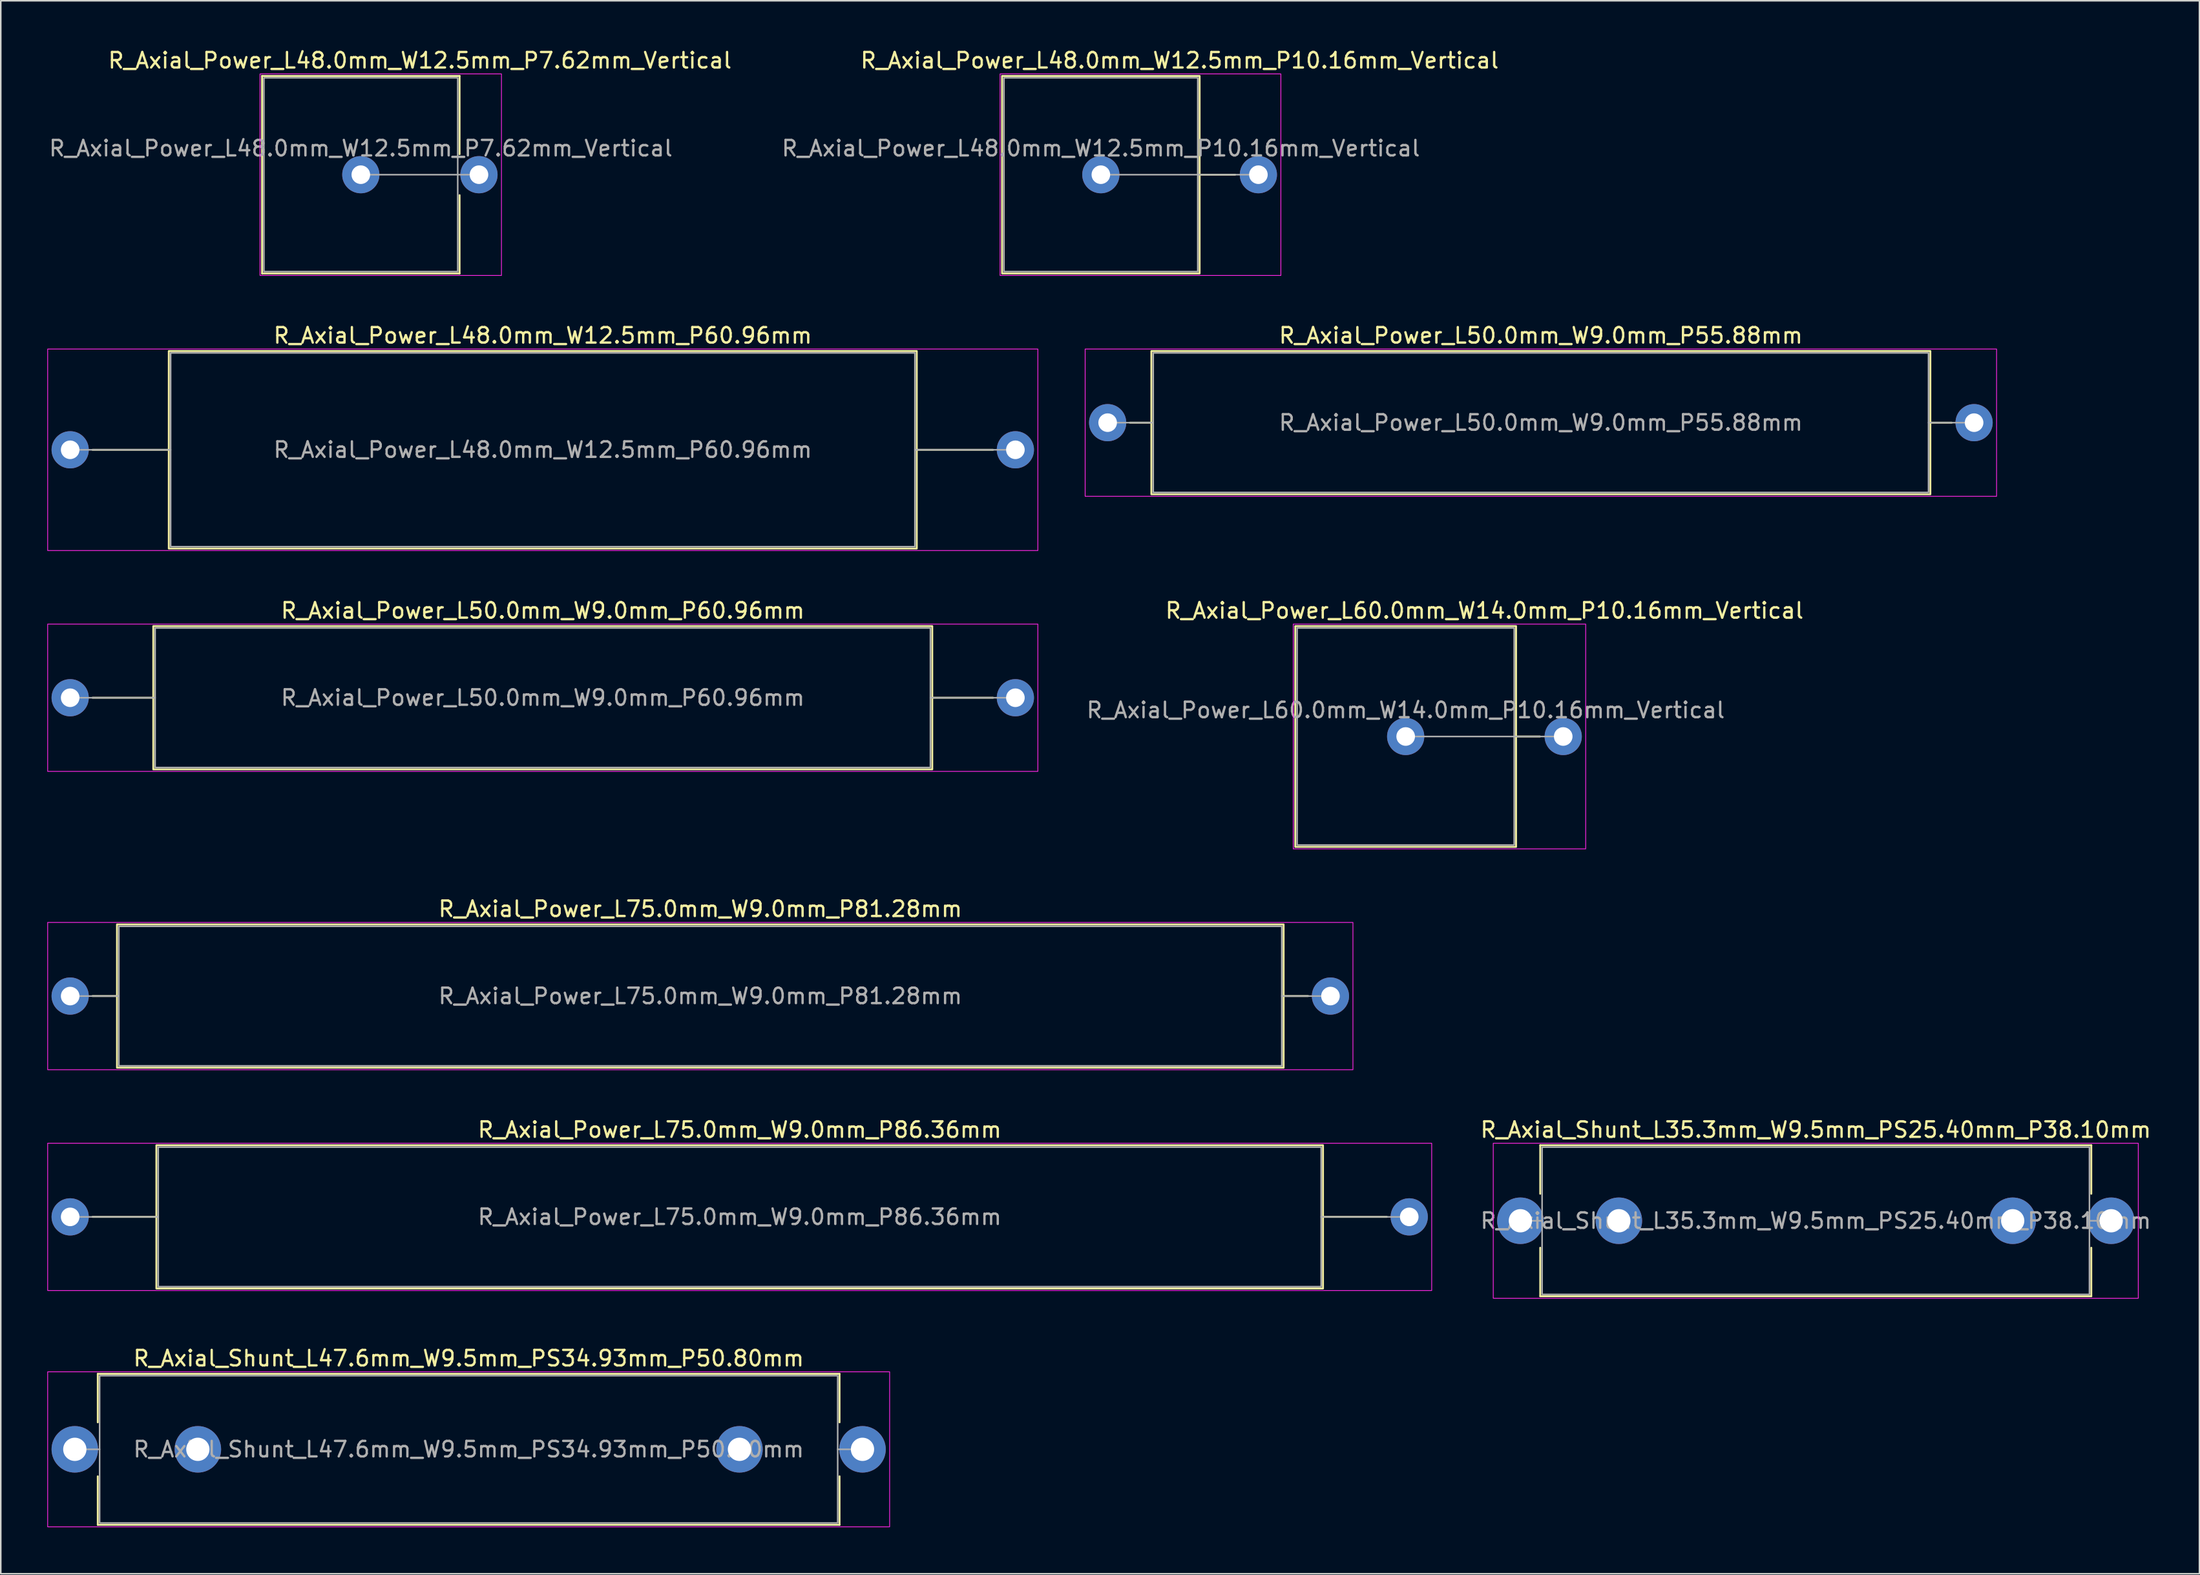
<source format=kicad_pcb>
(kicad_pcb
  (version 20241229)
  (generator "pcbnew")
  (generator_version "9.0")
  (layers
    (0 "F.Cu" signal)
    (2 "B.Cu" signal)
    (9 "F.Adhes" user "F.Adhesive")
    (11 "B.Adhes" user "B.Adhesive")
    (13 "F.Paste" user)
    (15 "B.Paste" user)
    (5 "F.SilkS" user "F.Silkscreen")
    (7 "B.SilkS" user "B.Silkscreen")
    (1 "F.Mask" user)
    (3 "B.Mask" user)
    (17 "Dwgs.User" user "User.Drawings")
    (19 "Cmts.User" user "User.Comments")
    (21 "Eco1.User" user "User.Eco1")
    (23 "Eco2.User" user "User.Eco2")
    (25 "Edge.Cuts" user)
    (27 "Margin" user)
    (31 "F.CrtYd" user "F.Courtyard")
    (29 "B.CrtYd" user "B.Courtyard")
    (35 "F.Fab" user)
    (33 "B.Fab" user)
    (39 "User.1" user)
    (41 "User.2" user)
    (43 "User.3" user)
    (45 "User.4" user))
  (footprint "R_Axial_Power_L50.0mm_W9.0mm_P60.96mm"
    (layer "F.Cu")
    (at 1.475 41.955)
    (property "Reference" "R_Axial_Power_L50.0mm_W9.0mm_P60.96mm" (at 30.48 -5.62 0) (layer "F.SilkS") (effects (font (size 1 1) (thickness 0.15))))
    (attr through_hole)
    (fp_line (start 1.44 0) (end 5.36 0) (stroke (width 0.12) (type solid)) (layer "F.SilkS"))
    (fp_line (start 59.52 0) (end 55.6 0) (stroke (width 0.12) (type solid)) (layer "F.SilkS"))
    (fp_rect (start 5.36 -4.62) (end 55.6 4.62) (stroke (width 0.12) (type solid)) (fill no) (layer "F.SilkS"))
    (fp_rect (start -1.45 -4.75) (end 62.41 4.75) (stroke (width 0.05) (type solid)) (fill no) (layer "F.CrtYd"))
    (fp_line (start 0 0) (end 5.48 0) (stroke (width 0.1) (type solid)) (layer "F.Fab"))
    (fp_line (start 60.96 0) (end 55.48 0) (stroke (width 0.1) (type solid)) (layer "F.Fab"))
    (fp_rect (start 5.48 -4.5) (end 55.48 4.5) (stroke (width 0.1) (type solid)) (fill no) (layer "F.Fab"))
    (fp_text user "${REFERENCE}" (at 30.48 0 0) (layer "F.Fab") (effects (font (size 1 1) (thickness 0.15))))
    (pad "1" thru_hole circle (at 0 0) (size 2.4 2.4) (drill 1.2) (layers "*.Cu" "*.Mask"))
    (pad "2" thru_hole circle (at 60.96 0) (size 2.4 2.4) (drill 1.2) (layers "*.Cu" "*.Mask")))
  (footprint "R_Axial_Power_L48.0mm_W12.5mm_P10.16mm_Vertical"
    (layer "F.Cu")
    (at 67.947 8.218)
    (property "Reference" "R_Axial_Power_L48.0mm_W12.5mm_P10.16mm_Vertical" (at 5.08 -7.37 0) (layer "F.SilkS") (effects (font (size 1 1) (thickness 0.15))))
    (attr through_hole)
    (fp_line (start 6.37 0) (end 8.66 0) (stroke (width 0.12) (type solid)) (layer "F.SilkS"))
    (fp_rect (start -6.37 -6.37) (end 6.37 6.37) (stroke (width 0.12) (type solid)) (fill no) (layer "F.SilkS"))
    (fp_rect (start -6.5 -6.5) (end 11.61 6.5) (stroke (width 0.05) (type solid)) (fill no) (layer "F.CrtYd"))
    (fp_line (start 0 0) (end 10.16 0) (stroke (width 0.1) (type solid)) (layer "F.Fab"))
    (fp_rect (start -6.25 -6.25) (end 6.25 6.25) (stroke (width 0.1) (type solid)) (fill no) (layer "F.Fab"))
    (fp_text user "${REFERENCE}" (at 0 -1.7 0) (layer "F.Fab") (effects (font (size 1 1) (thickness 0.15))))
    (pad "1" thru_hole circle (at 0 0) (size 2.4 2.4) (drill 1.2) (layers "*.Cu" "*.Mask"))
    (pad "2" thru_hole circle (at 10.16 0) (size 2.4 2.4) (drill 1.2) (layers "*.Cu" "*.Mask")))
  (footprint "R_Axial_Power_L48.0mm_W12.5mm_P7.62mm_Vertical"
    (layer "F.Cu")
    (at 20.22 8.218)
    (property "Reference" "R_Axial_Power_L48.0mm_W12.5mm_P7.62mm_Vertical" (at 3.81 -7.37 0) (layer "F.SilkS") (effects (font (size 1 1) (thickness 0.15))))
    (attr through_hole)
    (fp_line (start -6.37 -6.37) (end -6.37 6.37) (stroke (width 0.12) (type solid)) (layer "F.SilkS"))
    (fp_line (start -6.37 6.37) (end 6.37 6.37) (stroke (width 0.12) (type solid)) (layer "F.SilkS"))
    (fp_line (start 6.37 -6.37) (end -6.37 -6.37) (stroke (width 0.12) (type solid)) (layer "F.SilkS"))
    (fp_line (start 6.37 -1.32) (end 6.37 -6.37) (stroke (width 0.12) (type solid)) (layer "F.SilkS"))
    (fp_line (start 6.37 6.37) (end 6.37 1.32) (stroke (width 0.12) (type solid)) (layer "F.SilkS"))
    (fp_rect (start -6.5 -6.5) (end 9.07 6.5) (stroke (width 0.05) (type solid)) (fill no) (layer "F.CrtYd"))
    (fp_line (start 0 0) (end 7.62 0) (stroke (width 0.1) (type solid)) (layer "F.Fab"))
    (fp_rect (start -6.25 -6.25) (end 6.25 6.25) (stroke (width 0.1) (type solid)) (fill no) (layer "F.Fab"))
    (fp_text user "${REFERENCE}" (at 0 -1.7 0) (layer "F.Fab") (effects (font (size 1 1) (thickness 0.15))))
    (pad "1" thru_hole circle (at 0 0) (size 2.4 2.4) (drill 1.2) (layers "*.Cu" "*.Mask"))
    (pad "2" thru_hole circle (at 7.62 0) (size 2.4 2.4) (drill 1.2) (layers "*.Cu" "*.Mask")))
  (footprint "R_Axial_Shunt_L47.6mm_W9.5mm_PS34.93mm_P50.80mm"
    (layer "F.Cu")
    (at 1.775 90.434)
    (property "Reference" "R_Axial_Shunt_L47.6mm_W9.5mm_PS34.93mm_P50.80mm" (at 25.4 -5.87 0) (layer "F.SilkS") (effects (font (size 1 1) (thickness 0.15))))
    (attr through_hole)
    (fp_line (start 1.48 -4.87) (end 49.32 -4.87) (stroke (width 0.12) (type solid)) (layer "F.SilkS"))
    (fp_line (start 1.48 -1.74) (end 1.48 -4.87) (stroke (width 0.12) (type solid)) (layer "F.SilkS"))
    (fp_line (start 1.48 1.74) (end 1.48 4.87) (stroke (width 0.12) (type solid)) (layer "F.SilkS"))
    (fp_line (start 1.48 4.87) (end 49.32 4.87) (stroke (width 0.12) (type solid)) (layer "F.SilkS"))
    (fp_line (start 49.32 -4.87) (end 49.32 -1.74) (stroke (width 0.12) (type solid)) (layer "F.SilkS"))
    (fp_line (start 49.32 4.87) (end 49.32 1.74) (stroke (width 0.12) (type solid)) (layer "F.SilkS"))
    (fp_rect (start -1.75 -5) (end 52.55 5) (stroke (width 0.05) (type solid)) (fill no) (layer "F.CrtYd"))
    (fp_line (start 0 0) (end 1.6 0) (stroke (width 0.1) (type solid)) (layer "F.Fab"))
    (fp_line (start 50.8 0) (end 49.2 0) (stroke (width 0.1) (type solid)) (layer "F.Fab"))
    (fp_rect (start 1.6 -4.75) (end 49.2 4.75) (stroke (width 0.1) (type solid)) (fill no) (layer "F.Fab"))
    (fp_text user "${REFERENCE}" (at 25.4 0 0) (layer "F.Fab") (effects (font (size 1 1) (thickness 0.15))))
    (pad "1" thru_hole circle (at 0 0) (size 3 3) (drill 1.5) (layers "*.Cu" "*.Mask"))
    (pad "2" thru_hole circle (at 7.935 0) (size 3 3) (drill 1.5) (layers "*.Cu" "*.Mask"))
    (pad "3" thru_hole circle (at 42.865 0) (size 3 3) (drill 1.5) (layers "*.Cu" "*.Mask"))
    (pad "4" thru_hole circle (at 50.8 0) (size 3 3) (drill 1.5) (layers "*.Cu" "*.Mask")))
  (footprint "R_Axial_Power_L75.0mm_W9.0mm_P86.36mm"
    (layer "F.Cu")
    (at 1.475 75.441)
    (property "Reference" "R_Axial_Power_L75.0mm_W9.0mm_P86.36mm" (at 43.18 -5.62 0) (layer "F.SilkS") (effects (font (size 1 1) (thickness 0.15))))
    (attr through_hole)
    (fp_line (start 1.44 0) (end 5.56 0) (stroke (width 0.12) (type solid)) (layer "F.SilkS"))
    (fp_line (start 84.92 0) (end 80.8 0) (stroke (width 0.12) (type solid)) (layer "F.SilkS"))
    (fp_rect (start 5.56 -4.62) (end 80.8 4.62) (stroke (width 0.12) (type solid)) (fill no) (layer "F.SilkS"))
    (fp_rect (start -1.45 -4.75) (end 87.81 4.75) (stroke (width 0.05) (type solid)) (fill no) (layer "F.CrtYd"))
    (fp_line (start 0 0) (end 5.68 0) (stroke (width 0.1) (type solid)) (layer "F.Fab"))
    (fp_line (start 86.36 0) (end 80.68 0) (stroke (width 0.1) (type solid)) (layer "F.Fab"))
    (fp_rect (start 5.68 -4.5) (end 80.68 4.5) (stroke (width 0.1) (type solid)) (fill no) (layer "F.Fab"))
    (fp_text user "${REFERENCE}" (at 43.18 0 0) (layer "F.Fab") (effects (font (size 1 1) (thickness 0.15))))
    (pad "1" thru_hole circle (at 0 0) (size 2.4 2.4) (drill 1.2) (layers "*.Cu" "*.Mask"))
    (pad "2" thru_hole circle (at 86.36 0) (size 2.4 2.4) (drill 1.2) (layers "*.Cu" "*.Mask")))
  (footprint "R_Axial_Power_L75.0mm_W9.0mm_P81.28mm"
    (layer "F.Cu")
    (at 1.475 61.198)
    (property "Reference" "R_Axial_Power_L75.0mm_W9.0mm_P81.28mm" (at 40.64 -5.62 0) (layer "F.SilkS") (effects (font (size 1 1) (thickness 0.15))))
    (attr through_hole)
    (fp_line (start 1.44 0) (end 3.02 0) (stroke (width 0.12) (type solid)) (layer "F.SilkS"))
    (fp_line (start 79.84 0) (end 78.26 0) (stroke (width 0.12) (type solid)) (layer "F.SilkS"))
    (fp_rect (start 3.02 -4.62) (end 78.26 4.62) (stroke (width 0.12) (type solid)) (fill no) (layer "F.SilkS"))
    (fp_rect (start -1.45 -4.75) (end 82.73 4.75) (stroke (width 0.05) (type solid)) (fill no) (layer "F.CrtYd"))
    (fp_line (start 0 0) (end 3.14 0) (stroke (width 0.1) (type solid)) (layer "F.Fab"))
    (fp_line (start 81.28 0) (end 78.14 0) (stroke (width 0.1) (type solid)) (layer "F.Fab"))
    (fp_rect (start 3.14 -4.5) (end 78.14 4.5) (stroke (width 0.1) (type solid)) (fill no) (layer "F.Fab"))
    (fp_text user "${REFERENCE}" (at 40.64 0 0) (layer "F.Fab") (effects (font (size 1 1) (thickness 0.15))))
    (pad "1" thru_hole circle (at 0 0) (size 2.4 2.4) (drill 1.2) (layers "*.Cu" "*.Mask"))
    (pad "2" thru_hole circle (at 81.28 0) (size 2.4 2.4) (drill 1.2) (layers "*.Cu" "*.Mask")))
  (footprint "R_Axial_Shunt_L35.3mm_W9.5mm_PS25.40mm_P38.10mm"
    (layer "F.Cu")
    (at 95.004 75.691)
    (property "Reference" "R_Axial_Shunt_L35.3mm_W9.5mm_PS25.40mm_P38.10mm" (at 19.05 -5.87 0) (layer "F.SilkS") (effects (font (size 1 1) (thickness 0.15))))
    (attr through_hole)
    (fp_line (start 1.28 -4.87) (end 36.82 -4.87) (stroke (width 0.12) (type solid)) (layer "F.SilkS"))
    (fp_line (start 1.28 -1.74) (end 1.28 -4.87) (stroke (width 0.12) (type solid)) (layer "F.SilkS"))
    (fp_line (start 1.28 1.74) (end 1.28 4.87) (stroke (width 0.12) (type solid)) (layer "F.SilkS"))
    (fp_line (start 1.28 4.87) (end 36.82 4.87) (stroke (width 0.12) (type solid)) (layer "F.SilkS"))
    (fp_line (start 36.82 -4.87) (end 36.82 -1.74) (stroke (width 0.12) (type solid)) (layer "F.SilkS"))
    (fp_line (start 36.82 4.87) (end 36.82 1.74) (stroke (width 0.12) (type solid)) (layer "F.SilkS"))
    (fp_rect (start -1.75 -5) (end 39.85 5) (stroke (width 0.05) (type solid)) (fill no) (layer "F.CrtYd"))
    (fp_line (start 0 0) (end 1.4 0) (stroke (width 0.1) (type solid)) (layer "F.Fab"))
    (fp_line (start 38.1 0) (end 36.7 0) (stroke (width 0.1) (type solid)) (layer "F.Fab"))
    (fp_rect (start 1.4 -4.75) (end 36.7 4.75) (stroke (width 0.1) (type solid)) (fill no) (layer "F.Fab"))
    (fp_text user "${REFERENCE}" (at 19.05 0 0) (layer "F.Fab") (effects (font (size 1 1) (thickness 0.15))))
    (pad "1" thru_hole circle (at 0 0) (size 3 3) (drill 1.5) (layers "*.Cu" "*.Mask"))
    (pad "2" thru_hole circle (at 6.35 0) (size 3 3) (drill 1.5) (layers "*.Cu" "*.Mask"))
    (pad "3" thru_hole circle (at 31.75 0) (size 3 3) (drill 1.5) (layers "*.Cu" "*.Mask"))
    (pad "4" thru_hole circle (at 38.1 0) (size 3 3) (drill 1.5) (layers "*.Cu" "*.Mask")))
  (footprint "R_Axial_Power_L60.0mm_W14.0mm_P10.16mm_Vertical"
    (layer "F.Cu")
    (at 87.606 44.455)
    (property "Reference" "R_Axial_Power_L60.0mm_W14.0mm_P10.16mm_Vertical" (at 5.08 -8.12 0) (layer "F.SilkS") (effects (font (size 1 1) (thickness 0.15))))
    (attr through_hole)
    (fp_line (start 7.12 0) (end 8.66 0) (stroke (width 0.12) (type solid)) (layer "F.SilkS"))
    (fp_rect (start -7.12 -7.12) (end 7.12 7.12) (stroke (width 0.12) (type solid)) (fill no) (layer "F.SilkS"))
    (fp_rect (start -7.25 -7.25) (end 11.61 7.25) (stroke (width 0.05) (type solid)) (fill no) (layer "F.CrtYd"))
    (fp_line (start 0 0) (end 10.16 0) (stroke (width 0.1) (type solid)) (layer "F.Fab"))
    (fp_rect (start -7 -7) (end 7 7) (stroke (width 0.1) (type solid)) (fill no) (layer "F.Fab"))
    (fp_text user "${REFERENCE}" (at 0 -1.7 0) (layer "F.Fab") (effects (font (size 1 1) (thickness 0.15))))
    (pad "1" thru_hole circle (at 0 0) (size 2.4 2.4) (drill 1.2) (layers "*.Cu" "*.Mask"))
    (pad "2" thru_hole circle (at 10.16 0) (size 2.4 2.4) (drill 1.2) (layers "*.Cu" "*.Mask")))
  (footprint "R_Axial_Power_L48.0mm_W12.5mm_P60.96mm"
    (layer "F.Cu")
    (at 1.475 25.962)
    (property "Reference" "R_Axial_Power_L48.0mm_W12.5mm_P60.96mm" (at 30.48 -7.37 0) (layer "F.SilkS") (effects (font (size 1 1) (thickness 0.15))))
    (attr through_hole)
    (fp_line (start 1.44 0) (end 6.36 0) (stroke (width 0.12) (type solid)) (layer "F.SilkS"))
    (fp_line (start 59.52 0) (end 54.6 0) (stroke (width 0.12) (type solid)) (layer "F.SilkS"))
    (fp_rect (start 6.36 -6.37) (end 54.6 6.37) (stroke (width 0.12) (type solid)) (fill no) (layer "F.SilkS"))
    (fp_rect (start -1.45 -6.5) (end 62.41 6.5) (stroke (width 0.05) (type solid)) (fill no) (layer "F.CrtYd"))
    (fp_line (start 0 0) (end 6.48 0) (stroke (width 0.1) (type solid)) (layer "F.Fab"))
    (fp_line (start 60.96 0) (end 54.48 0) (stroke (width 0.1) (type solid)) (layer "F.Fab"))
    (fp_rect (start 6.48 -6.25) (end 54.48 6.25) (stroke (width 0.1) (type solid)) (fill no) (layer "F.Fab"))
    (fp_text user "${REFERENCE}" (at 30.48 0 0) (layer "F.Fab") (effects (font (size 1 1) (thickness 0.15))))
    (pad "1" thru_hole circle (at 0 0) (size 2.4 2.4) (drill 1.2) (layers "*.Cu" "*.Mask"))
    (pad "2" thru_hole circle (at 60.96 0) (size 2.4 2.4) (drill 1.2) (layers "*.Cu" "*.Mask")))
  (footprint "R_Axial_Power_L50.0mm_W9.0mm_P55.88mm"
    (layer "F.Cu")
    (at 68.385 24.212)
    (property "Reference" "R_Axial_Power_L50.0mm_W9.0mm_P55.88mm" (at 27.94 -5.62 0) (layer "F.SilkS") (effects (font (size 1 1) (thickness 0.15))))
    (attr through_hole)
    (fp_line (start 1.44 0) (end 2.82 0) (stroke (width 0.12) (type solid)) (layer "F.SilkS"))
    (fp_line (start 54.44 0) (end 53.06 0) (stroke (width 0.12) (type solid)) (layer "F.SilkS"))
    (fp_rect (start 2.82 -4.62) (end 53.06 4.62) (stroke (width 0.12) (type solid)) (fill no) (layer "F.SilkS"))
    (fp_rect (start -1.45 -4.75) (end 57.33 4.75) (stroke (width 0.05) (type solid)) (fill no) (layer "F.CrtYd"))
    (fp_line (start 0 0) (end 2.94 0) (stroke (width 0.1) (type solid)) (layer "F.Fab"))
    (fp_line (start 55.88 0) (end 52.94 0) (stroke (width 0.1) (type solid)) (layer "F.Fab"))
    (fp_rect (start 2.94 -4.5) (end 52.94 4.5) (stroke (width 0.1) (type solid)) (fill no) (layer "F.Fab"))
    (fp_text user "${REFERENCE}" (at 27.94 0 0) (layer "F.Fab") (effects (font (size 1 1) (thickness 0.15))))
    (pad "1" thru_hole circle (at 0 0) (size 2.4 2.4) (drill 1.2) (layers "*.Cu" "*.Mask"))
    (pad "2" thru_hole circle (at 55.88 0) (size 2.4 2.4) (drill 1.2) (layers "*.Cu" "*.Mask")))
  (gr_rect
    (start -3 -3)
    (end 138.798 98.46)
    (stroke (width 0.1) (type default))
    (fill no)
    (layer "Edge.Cuts")))
</source>
